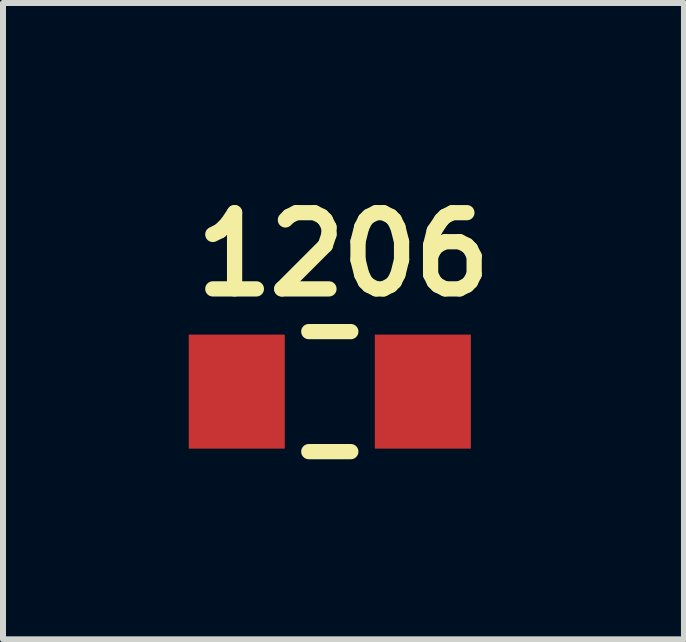
<source format=kicad_pcb>
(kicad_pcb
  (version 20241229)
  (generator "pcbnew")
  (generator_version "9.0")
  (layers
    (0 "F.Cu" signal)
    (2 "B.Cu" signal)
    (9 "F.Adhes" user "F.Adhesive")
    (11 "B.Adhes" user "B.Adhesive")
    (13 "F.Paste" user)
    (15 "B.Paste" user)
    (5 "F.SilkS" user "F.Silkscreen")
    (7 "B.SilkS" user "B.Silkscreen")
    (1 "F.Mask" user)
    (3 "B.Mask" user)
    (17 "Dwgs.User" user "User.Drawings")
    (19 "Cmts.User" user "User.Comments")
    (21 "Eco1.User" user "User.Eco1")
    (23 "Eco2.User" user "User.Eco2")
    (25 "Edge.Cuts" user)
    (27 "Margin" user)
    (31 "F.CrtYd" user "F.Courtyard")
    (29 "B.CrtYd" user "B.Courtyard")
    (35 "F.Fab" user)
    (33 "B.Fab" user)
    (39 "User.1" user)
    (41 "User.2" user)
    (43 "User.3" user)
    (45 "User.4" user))
  (footprint "1206"
    (layer "F.Cu")
    (at 0.895 3.475)
    (property "Reference" "1206" (at 1.778 -2.286 0) (layer "F.SilkS") (effects (font (size 1.27 1.27) (thickness 0.254))))
    (attr through_hole)
    (fp_line (start 1.2 -1) (end 1.9 -1) (stroke (width 0.254) (type solid)) (layer "F.SilkS"))
    (fp_line (start 1.2 1) (end 1.9 1) (stroke (width 0.254) (type solid)) (layer "F.SilkS"))
    (pad "1" smd rect (at 0 0) (size 1.6 1.9) (layers "F.Cu" "F.Mask" "F.Paste"))
    (pad "2" smd rect (at 3.1 0) (size 1.6 1.9) (layers "F.Cu" "F.Mask" "F.Paste")))
  (gr_rect
    (start -3 -3)
    (end 8.346 7.602)
    (stroke (width 0.1) (type default))
    (fill no)
    (layer "Edge.Cuts")))
</source>
